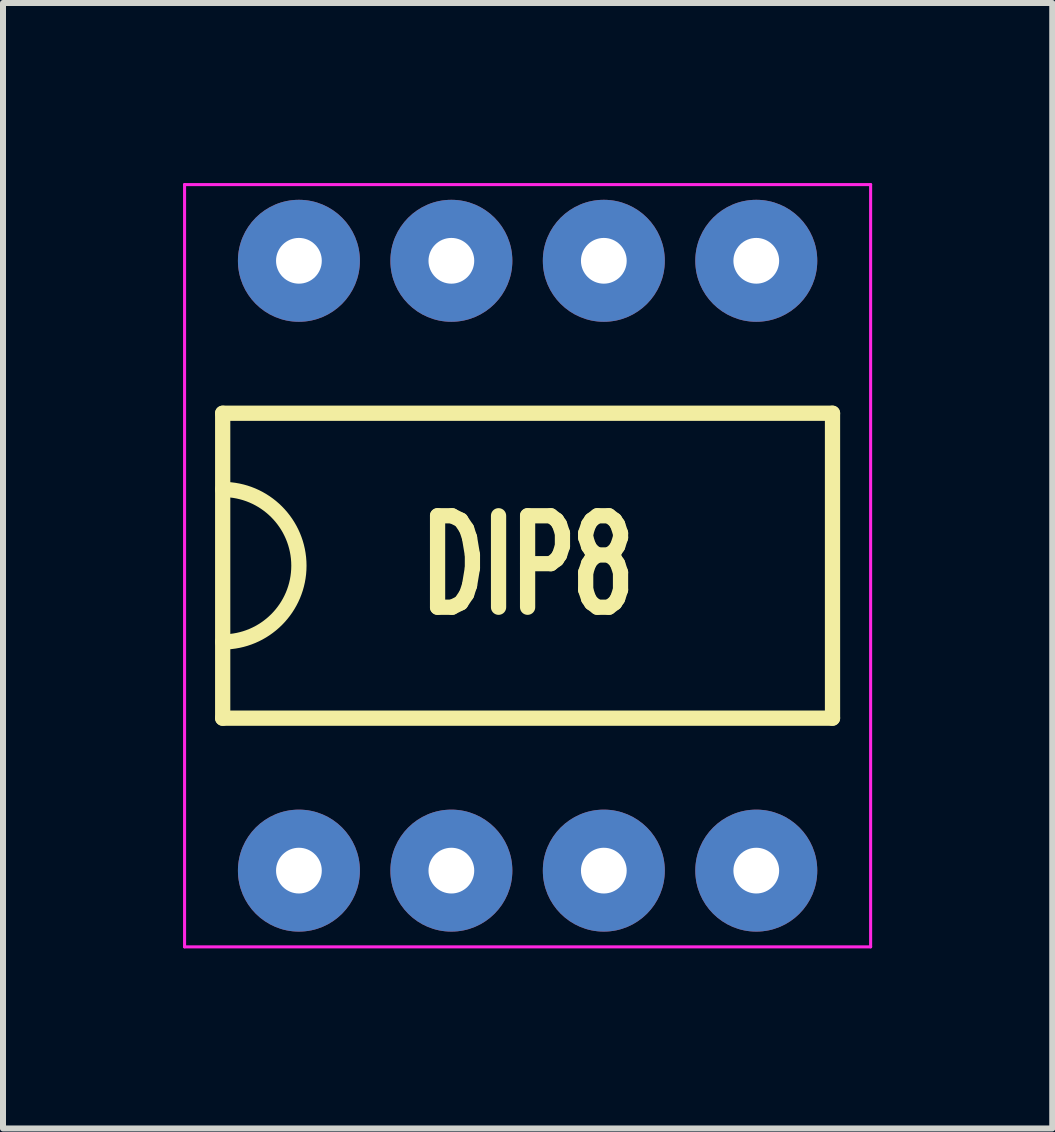
<source format=kicad_pcb>
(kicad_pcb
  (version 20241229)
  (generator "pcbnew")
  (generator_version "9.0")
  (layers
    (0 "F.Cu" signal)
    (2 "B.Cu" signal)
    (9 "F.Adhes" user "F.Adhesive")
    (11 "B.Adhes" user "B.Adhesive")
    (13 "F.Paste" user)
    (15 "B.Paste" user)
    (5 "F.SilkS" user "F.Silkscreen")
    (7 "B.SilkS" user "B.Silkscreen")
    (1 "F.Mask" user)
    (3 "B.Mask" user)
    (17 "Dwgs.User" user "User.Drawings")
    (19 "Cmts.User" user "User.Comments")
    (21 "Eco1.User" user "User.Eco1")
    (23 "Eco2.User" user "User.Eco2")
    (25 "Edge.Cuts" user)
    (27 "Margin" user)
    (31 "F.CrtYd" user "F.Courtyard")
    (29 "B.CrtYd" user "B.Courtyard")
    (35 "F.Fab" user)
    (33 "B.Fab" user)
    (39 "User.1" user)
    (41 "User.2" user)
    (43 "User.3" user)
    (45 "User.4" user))
  (footprint "DIP8"
    (layer "F.Cu")
    (at 5.74 6.375)
    (property "Reference" "DIP8" (at 0 0 0) (layer "F.SilkS") (effects (font (size 1.524 1.016) (thickness 0.254))))
    (attr through_hole)
    (fp_line (start -5.08 -2.54) (end -5.08 2.54) (stroke (width 0.254) (type solid)) (layer "F.SilkS"))
    (fp_line (start -5.08 2.54) (end 5.08 2.54) (stroke (width 0.254) (type solid)) (layer "F.SilkS"))
    (fp_line (start 5.08 -2.54) (end -5.08 -2.54) (stroke (width 0.254) (type solid)) (layer "F.SilkS"))
    (fp_line (start 5.08 2.54) (end 5.08 -2.54) (stroke (width 0.254) (type solid)) (layer "F.SilkS"))
    (fp_arc (start -5.08 -1.27) (mid -3.81 0) (end -5.08 1.27) (stroke (width 0.254) (type solid)) (layer "F.SilkS"))
    (fp_line (start -5.715 -6.35) (end 5.715 -6.35) (stroke (width 0.051) (type solid)) (layer "F.CrtYd"))
    (fp_line (start -5.715 6.35) (end -5.715 -6.35) (stroke (width 0.051) (type solid)) (layer "F.CrtYd"))
    (fp_line (start 5.715 -6.35) (end 5.715 6.35) (stroke (width 0.051) (type solid)) (layer "F.CrtYd"))
    (fp_line (start 5.715 6.35) (end -5.715 6.35) (stroke (width 0.051) (type solid)) (layer "F.CrtYd"))
    (pad "1" thru_hole circle (at -3.81 5.08) (size 2.032 2.032) (drill 0.762) (layers "*.Cu" "*.Mask"))
    (pad "2" thru_hole circle (at -1.27 5.08) (size 2.032 2.032) (drill 0.762) (layers "*.Cu" "*.Mask"))
    (pad "3" thru_hole circle (at 1.27 5.08) (size 2.032 2.032) (drill 0.762) (layers "*.Cu" "*.Mask"))
    (pad "4" thru_hole circle (at 3.81 5.08) (size 2.032 2.032) (drill 0.762) (layers "*.Cu" "*.Mask"))
    (pad "5" thru_hole circle (at 3.81 -5.08) (size 2.032 2.032) (drill 0.762) (layers "*.Cu" "*.Mask"))
    (pad "6" thru_hole circle (at 1.27 -5.08) (size 2.032 2.032) (drill 0.762) (layers "*.Cu" "*.Mask"))
    (pad "7" thru_hole circle (at -1.27 -5.08) (size 2.032 2.032) (drill 0.762) (layers "*.Cu" "*.Mask"))
    (pad "8" thru_hole circle (at -3.81 -5.08) (size 2.032 2.032) (drill 0.762) (layers "*.Cu" "*.Mask")))
  (gr_rect
    (start -3 -3)
    (end 14.481 15.751)
    (stroke (width 0.1) (type default))
    (fill no)
    (layer "Edge.Cuts")))
</source>
